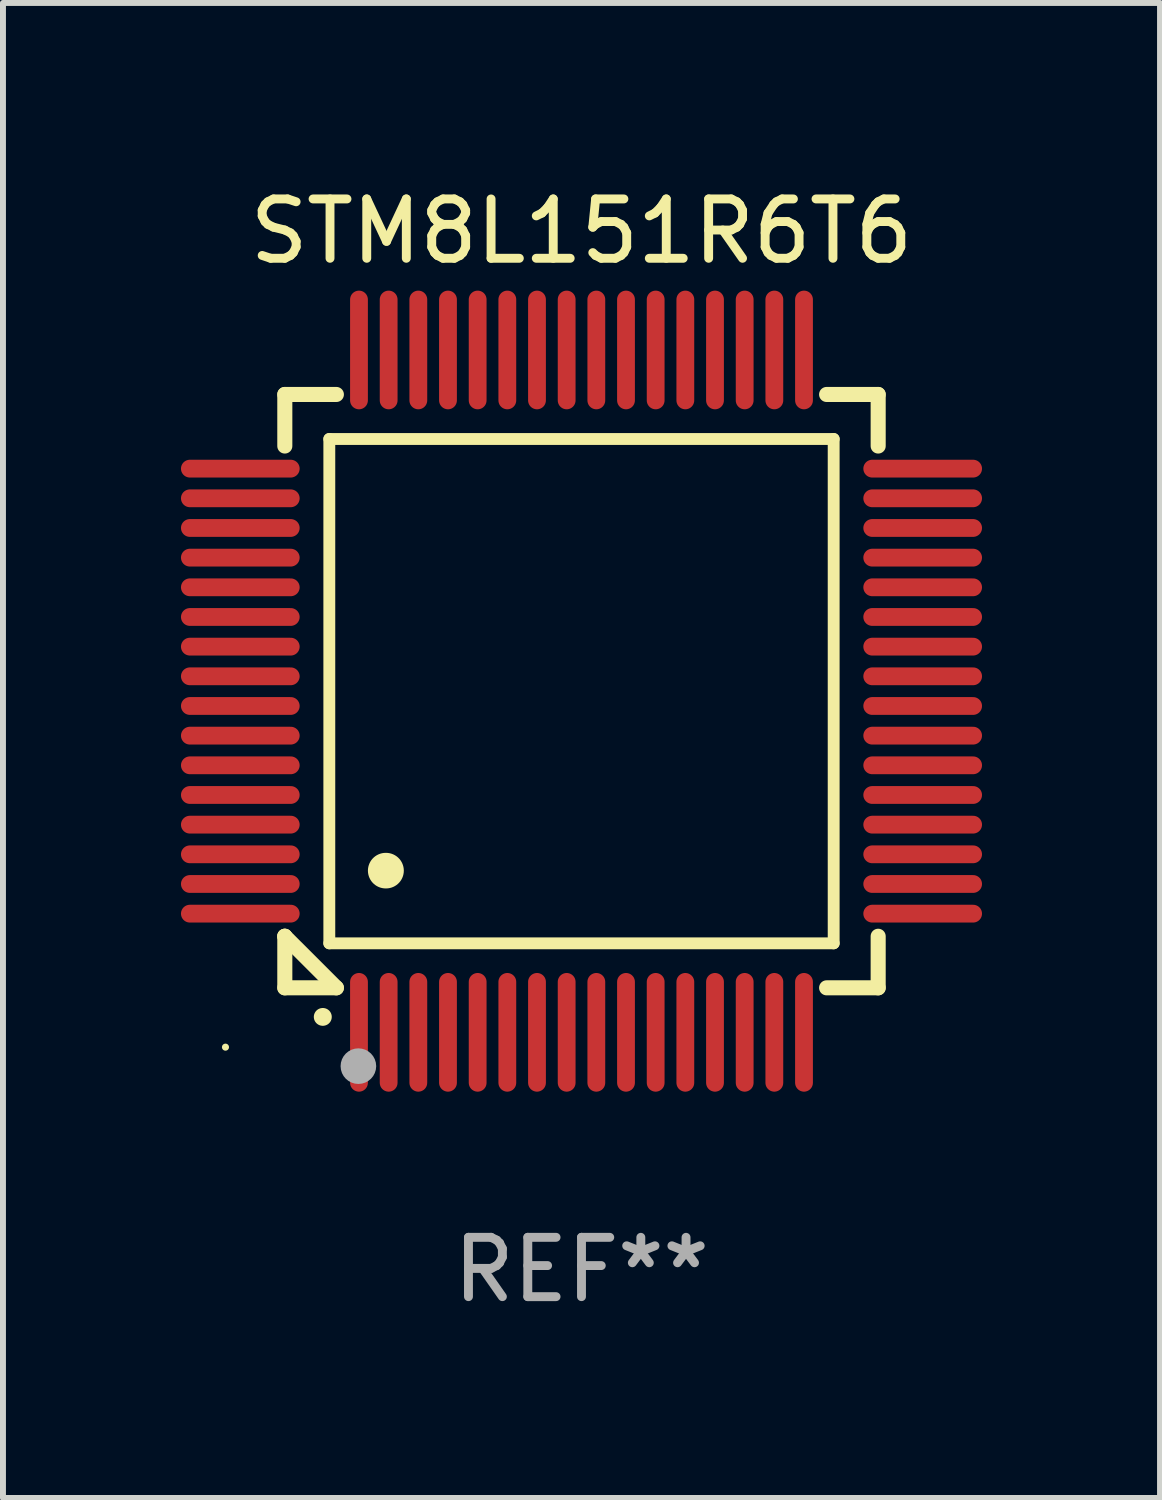
<source format=kicad_pcb>
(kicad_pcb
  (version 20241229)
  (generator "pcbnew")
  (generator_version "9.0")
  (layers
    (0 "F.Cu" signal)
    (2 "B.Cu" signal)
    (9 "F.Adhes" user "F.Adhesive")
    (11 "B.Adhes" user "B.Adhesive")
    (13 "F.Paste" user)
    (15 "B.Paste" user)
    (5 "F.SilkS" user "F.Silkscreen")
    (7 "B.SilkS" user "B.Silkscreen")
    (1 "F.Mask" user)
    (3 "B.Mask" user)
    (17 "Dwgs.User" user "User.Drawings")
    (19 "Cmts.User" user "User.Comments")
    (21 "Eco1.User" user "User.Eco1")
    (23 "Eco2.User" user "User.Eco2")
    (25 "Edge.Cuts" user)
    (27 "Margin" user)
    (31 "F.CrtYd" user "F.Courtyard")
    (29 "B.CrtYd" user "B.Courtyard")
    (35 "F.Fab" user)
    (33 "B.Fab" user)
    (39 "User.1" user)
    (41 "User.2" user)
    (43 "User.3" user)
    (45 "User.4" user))
  (footprint "STM8L151R6T6"
    (layer "F.Cu")
    (at 6.75 8.598)
    (property "Reference" "STM8L151R6T6" (at 0 -7.75 0) (layer "F.SilkS") (effects (font (size 1 1) (thickness 0.15))))
    (attr through_hole)
    (fp_line (start -5 -5) (end -4.131 -5) (stroke (width 0.254) (type solid)) (layer "F.SilkS"))
    (fp_line (start -5 -4.131) (end -5 -5) (stroke (width 0.254) (type solid)) (layer "F.SilkS"))
    (fp_line (start -5 4.131) (end -5 4.131) (stroke (width 0.254) (type solid)) (layer "F.SilkS"))
    (fp_line (start -5 5) (end -5 4.131) (stroke (width 0.254) (type solid)) (layer "F.SilkS"))
    (fp_line (start -5 4.131) (end -4.131 5) (stroke (width 0.254) (type solid)) (layer "F.SilkS"))
    (fp_line (start -4.25 -4.25) (end -4.25 4.25) (stroke (width 0.2) (type solid)) (layer "F.SilkS"))
    (fp_line (start -4.25 4.25) (end 4.25 4.25) (stroke (width 0.2) (type solid)) (layer "F.SilkS"))
    (fp_line (start -4.131 5) (end -5 5) (stroke (width 0.254) (type solid)) (layer "F.SilkS"))
    (fp_line (start 4.25 -4.25) (end -4.25 -4.25) (stroke (width 0.2) (type solid)) (layer "F.SilkS"))
    (fp_line (start 4.25 4.25) (end 4.25 -4.25) (stroke (width 0.2) (type solid)) (layer "F.SilkS"))
    (fp_line (start 5 -5) (end 4.131 -5) (stroke (width 0.254) (type solid)) (layer "F.SilkS"))
    (fp_line (start 5 -5) (end 5 -4.131) (stroke (width 0.254) (type solid)) (layer "F.SilkS"))
    (fp_line (start 5 4.131) (end 5 5) (stroke (width 0.254) (type solid)) (layer "F.SilkS"))
    (fp_line (start 5 5) (end 4.131 5) (stroke (width 0.254) (type solid)) (layer "F.SilkS"))
    (fp_arc (start -4.361265 5.489992) (mid -4.359995 5.489987) (end -4.358725 5.489992) (stroke (width 0.3) (type solid)) (layer "F.SilkS"))
    (fp_arc (start -3.299467 3.025146) (mid -3.296927 3.025135) (end -3.294387 3.025146) (stroke (width 0.6) (type solid)) (layer "F.SilkS"))
    (fp_circle (center -6 6) (end -5.97 6) (stroke (width 0.06) (type solid)) (fill no) (layer "F.SilkS"))
    (fp_circle (center -3.76 6.32) (end -3.61 6.32) (stroke (width 0.3) (type solid)) (fill no) (layer "F.Fab"))
    (fp_text user "REF**" (at 0 9.75 0) (layer "F.Fab") (effects (font (size 1 1) (thickness 0.15))))
    (pad "1" smd oval (at -3.75 5.75) (size 0.3 2) (layers "F.Cu" "F.Mask" "F.Paste"))
    (pad "2" smd oval (at -3.25 5.75) (size 0.3 2) (layers "F.Cu" "F.Mask" "F.Paste"))
    (pad "3" smd oval (at -2.75 5.75) (size 0.3 2) (layers "F.Cu" "F.Mask" "F.Paste"))
    (pad "4" smd oval (at -2.25 5.75) (size 0.3 2) (layers "F.Cu" "F.Mask" "F.Paste"))
    (pad "5" smd oval (at -1.75 5.75) (size 0.3 2) (layers "F.Cu" "F.Mask" "F.Paste"))
    (pad "6" smd oval (at -1.25 5.75) (size 0.3 2) (layers "F.Cu" "F.Mask" "F.Paste"))
    (pad "7" smd oval (at -0.75 5.75) (size 0.3 2) (layers "F.Cu" "F.Mask" "F.Paste"))
    (pad "8" smd oval (at -0.25 5.75) (size 0.3 2) (layers "F.Cu" "F.Mask" "F.Paste"))
    (pad "9" smd oval (at 0.25 5.75) (size 0.3 2) (layers "F.Cu" "F.Mask" "F.Paste"))
    (pad "10" smd oval (at 0.75 5.75) (size 0.3 2) (layers "F.Cu" "F.Mask" "F.Paste"))
    (pad "11" smd oval (at 1.25 5.75) (size 0.3 2) (layers "F.Cu" "F.Mask" "F.Paste"))
    (pad "12" smd oval (at 1.75 5.75) (size 0.3 2) (layers "F.Cu" "F.Mask" "F.Paste"))
    (pad "13" smd oval (at 2.25 5.75) (size 0.3 2) (layers "F.Cu" "F.Mask" "F.Paste"))
    (pad "14" smd oval (at 2.75 5.75) (size 0.3 2) (layers "F.Cu" "F.Mask" "F.Paste"))
    (pad "15" smd oval (at 3.25 5.75) (size 0.3 2) (layers "F.Cu" "F.Mask" "F.Paste"))
    (pad "16" smd oval (at 3.75 5.75) (size 0.3 2) (layers "F.Cu" "F.Mask" "F.Paste"))
    (pad "17" smd oval (at 5.75 3.75) (size 2 0.3) (layers "F.Cu" "F.Mask" "F.Paste"))
    (pad "18" smd oval (at 5.75 3.25) (size 2 0.3) (layers "F.Cu" "F.Mask" "F.Paste"))
    (pad "19" smd oval (at 5.75 2.75) (size 2 0.3) (layers "F.Cu" "F.Mask" "F.Paste"))
    (pad "20" smd oval (at 5.75 2.25) (size 2 0.3) (layers "F.Cu" "F.Mask" "F.Paste"))
    (pad "21" smd oval (at 5.75 1.75) (size 2 0.3) (layers "F.Cu" "F.Mask" "F.Paste"))
    (pad "22" smd oval (at 5.75 1.25) (size 2 0.3) (layers "F.Cu" "F.Mask" "F.Paste"))
    (pad "23" smd oval (at 5.75 0.75) (size 2 0.3) (layers "F.Cu" "F.Mask" "F.Paste"))
    (pad "24" smd oval (at 5.75 0.25) (size 2 0.3) (layers "F.Cu" "F.Mask" "F.Paste"))
    (pad "25" smd oval (at 5.75 -0.25) (size 2 0.3) (layers "F.Cu" "F.Mask" "F.Paste"))
    (pad "26" smd oval (at 5.75 -0.75) (size 2 0.3) (layers "F.Cu" "F.Mask" "F.Paste"))
    (pad "27" smd oval (at 5.75 -1.25) (size 2 0.3) (layers "F.Cu" "F.Mask" "F.Paste"))
    (pad "28" smd oval (at 5.75 -1.75) (size 2 0.3) (layers "F.Cu" "F.Mask" "F.Paste"))
    (pad "29" smd oval (at 5.75 -2.25) (size 2 0.3) (layers "F.Cu" "F.Mask" "F.Paste"))
    (pad "30" smd oval (at 5.75 -2.75) (size 2 0.3) (layers "F.Cu" "F.Mask" "F.Paste"))
    (pad "31" smd oval (at 5.75 -3.25) (size 2 0.3) (layers "F.Cu" "F.Mask" "F.Paste"))
    (pad "32" smd oval (at 5.75 -3.75) (size 2 0.3) (layers "F.Cu" "F.Mask" "F.Paste"))
    (pad "33" smd oval (at 3.75 -5.75) (size 0.3 2) (layers "F.Cu" "F.Mask" "F.Paste"))
    (pad "34" smd oval (at 3.25 -5.75) (size 0.3 2) (layers "F.Cu" "F.Mask" "F.Paste"))
    (pad "35" smd oval (at 2.75 -5.75) (size 0.3 2) (layers "F.Cu" "F.Mask" "F.Paste"))
    (pad "36" smd oval (at 2.25 -5.75) (size 0.3 2) (layers "F.Cu" "F.Mask" "F.Paste"))
    (pad "37" smd oval (at 1.75 -5.75) (size 0.3 2) (layers "F.Cu" "F.Mask" "F.Paste"))
    (pad "38" smd oval (at 1.25 -5.75) (size 0.3 2) (layers "F.Cu" "F.Mask" "F.Paste"))
    (pad "39" smd oval (at 0.75 -5.75) (size 0.3 2) (layers "F.Cu" "F.Mask" "F.Paste"))
    (pad "40" smd oval (at 0.25 -5.75) (size 0.3 2) (layers "F.Cu" "F.Mask" "F.Paste"))
    (pad "41" smd oval (at -0.25 -5.75) (size 0.3 2) (layers "F.Cu" "F.Mask" "F.Paste"))
    (pad "42" smd oval (at -0.75 -5.75) (size 0.3 2) (layers "F.Cu" "F.Mask" "F.Paste"))
    (pad "43" smd oval (at -1.25 -5.75) (size 0.3 2) (layers "F.Cu" "F.Mask" "F.Paste"))
    (pad "44" smd oval (at -1.75 -5.75) (size 0.3 2) (layers "F.Cu" "F.Mask" "F.Paste"))
    (pad "45" smd oval (at -2.25 -5.75) (size 0.3 2) (layers "F.Cu" "F.Mask" "F.Paste"))
    (pad "46" smd oval (at -2.75 -5.75) (size 0.3 2) (layers "F.Cu" "F.Mask" "F.Paste"))
    (pad "47" smd oval (at -3.25 -5.75) (size 0.3 2) (layers "F.Cu" "F.Mask" "F.Paste"))
    (pad "48" smd oval (at -3.75 -5.75) (size 0.3 2) (layers "F.Cu" "F.Mask" "F.Paste"))
    (pad "49" smd oval (at -5.75 -3.75) (size 2 0.3) (layers "F.Cu" "F.Mask" "F.Paste"))
    (pad "50" smd oval (at -5.75 -3.25) (size 2 0.3) (layers "F.Cu" "F.Mask" "F.Paste"))
    (pad "51" smd oval (at -5.75 -2.75) (size 2 0.3) (layers "F.Cu" "F.Mask" "F.Paste"))
    (pad "52" smd oval (at -5.75 -2.25) (size 2 0.3) (layers "F.Cu" "F.Mask" "F.Paste"))
    (pad "53" smd oval (at -5.75 -1.75) (size 2 0.3) (layers "F.Cu" "F.Mask" "F.Paste"))
    (pad "54" smd oval (at -5.75 -1.25) (size 2 0.3) (layers "F.Cu" "F.Mask" "F.Paste"))
    (pad "55" smd oval (at -5.75 -0.75) (size 2 0.3) (layers "F.Cu" "F.Mask" "F.Paste"))
    (pad "56" smd oval (at -5.75 -0.25) (size 2 0.3) (layers "F.Cu" "F.Mask" "F.Paste"))
    (pad "57" smd oval (at -5.75 0.25) (size 2 0.3) (layers "F.Cu" "F.Mask" "F.Paste"))
    (pad "58" smd oval (at -5.75 0.75) (size 2 0.3) (layers "F.Cu" "F.Mask" "F.Paste"))
    (pad "59" smd oval (at -5.75 1.25) (size 2 0.3) (layers "F.Cu" "F.Mask" "F.Paste"))
    (pad "60" smd oval (at -5.75 1.75) (size 2 0.3) (layers "F.Cu" "F.Mask" "F.Paste"))
    (pad "61" smd oval (at -5.75 2.25) (size 2 0.3) (layers "F.Cu" "F.Mask" "F.Paste"))
    (pad "62" smd oval (at -5.75 2.75) (size 2 0.3) (layers "F.Cu" "F.Mask" "F.Paste"))
    (pad "63" smd oval (at -5.75 3.25) (size 2 0.3) (layers "F.Cu" "F.Mask" "F.Paste"))
    (pad "64" smd oval (at -5.75 3.75) (size 2 0.3) (layers "F.Cu" "F.Mask" "F.Paste")))
  (gr_rect
    (start -3 -3)
    (end 16.5 22.196)
    (stroke (width 0.1) (type default))
    (fill no)
    (layer "Edge.Cuts")))
</source>
